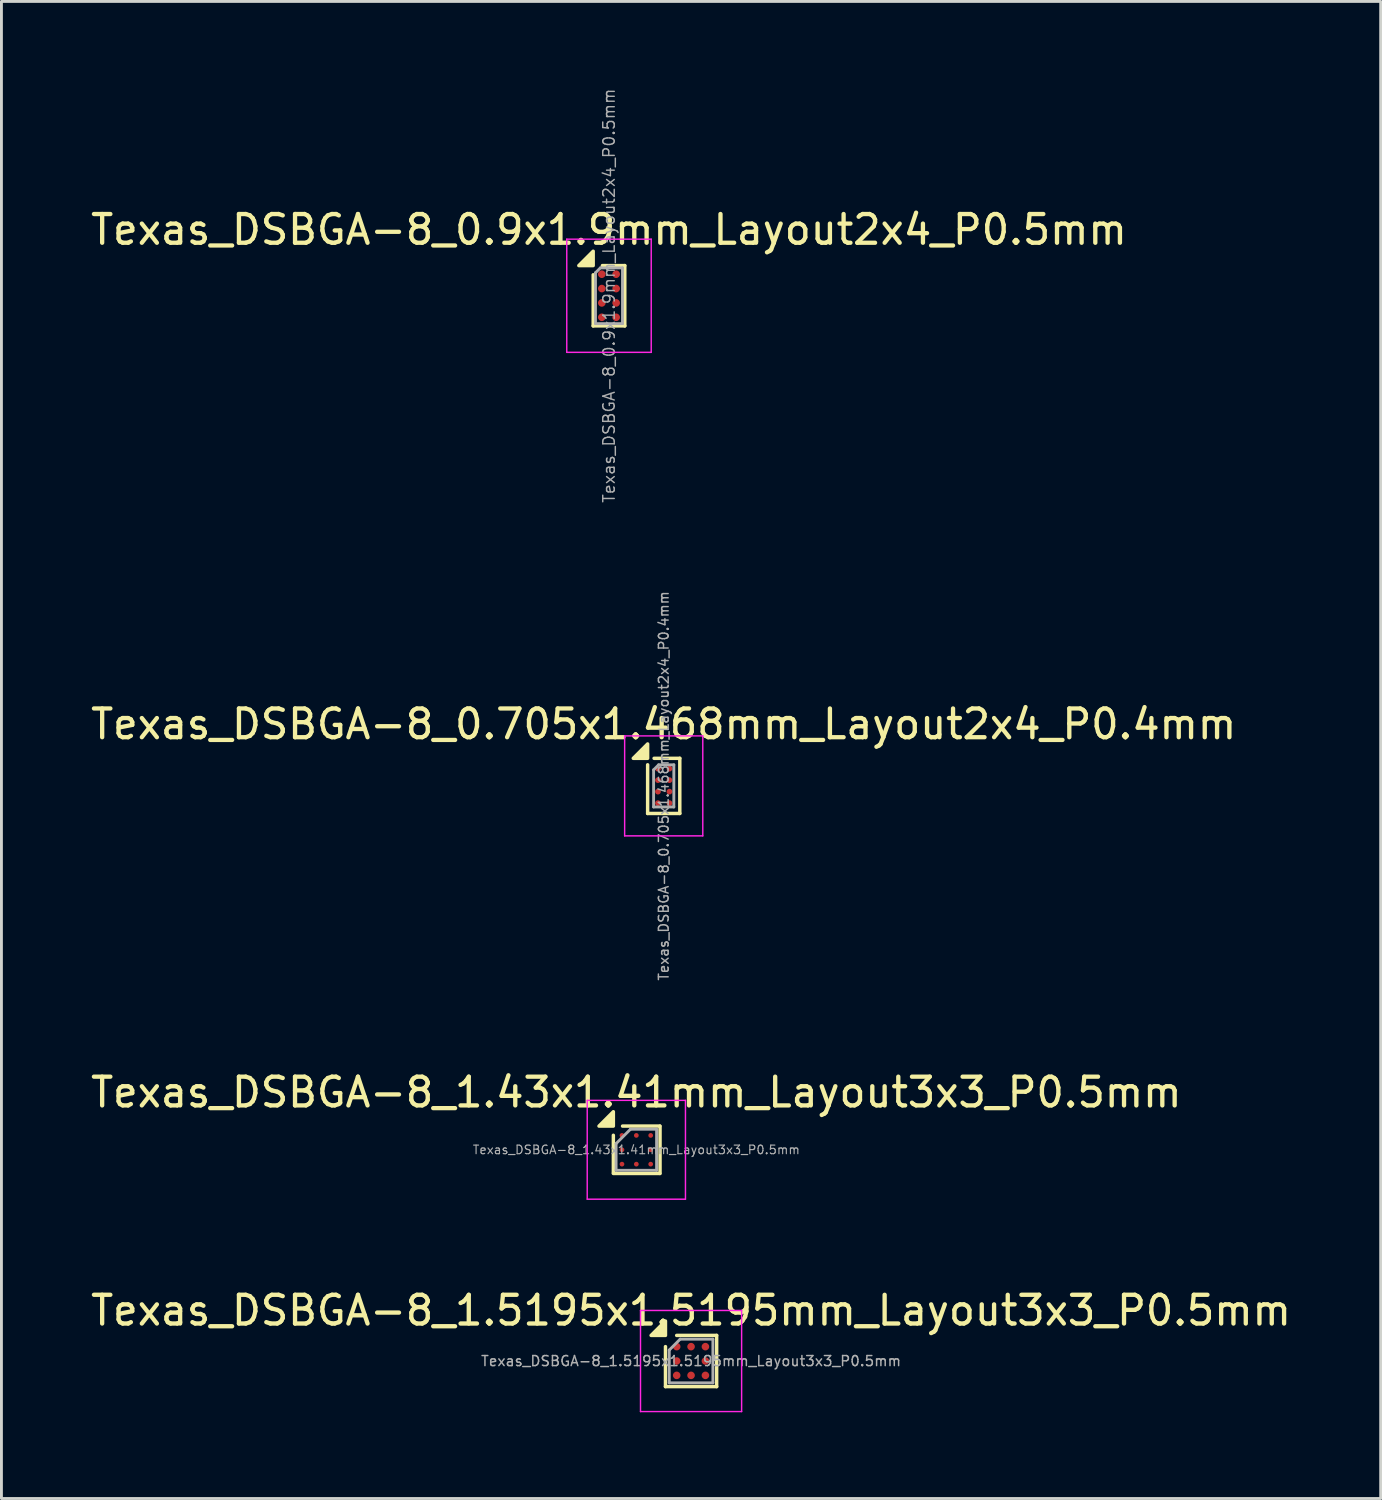
<source format=kicad_pcb>
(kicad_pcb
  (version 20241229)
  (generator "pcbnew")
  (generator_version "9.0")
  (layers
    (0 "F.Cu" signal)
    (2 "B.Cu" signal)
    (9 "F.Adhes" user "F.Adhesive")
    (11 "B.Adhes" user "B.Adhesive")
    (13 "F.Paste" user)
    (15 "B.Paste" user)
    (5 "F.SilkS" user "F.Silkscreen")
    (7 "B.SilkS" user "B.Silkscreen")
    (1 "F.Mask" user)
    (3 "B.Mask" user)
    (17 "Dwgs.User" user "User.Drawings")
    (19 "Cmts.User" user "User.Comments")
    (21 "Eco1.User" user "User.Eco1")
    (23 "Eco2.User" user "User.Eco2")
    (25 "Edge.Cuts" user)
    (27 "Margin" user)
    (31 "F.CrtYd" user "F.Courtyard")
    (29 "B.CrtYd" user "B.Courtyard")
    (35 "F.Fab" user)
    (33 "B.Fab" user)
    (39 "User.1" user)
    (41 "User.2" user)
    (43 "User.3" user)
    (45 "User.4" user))
  (footprint "Texas_DSBGA-8_0.705x1.468mm_Layout2x4_P0.4mm"
    (layer "F.Cu")
    (at 20.054 24.307)
    (property "Reference" "Texas_DSBGA-8_0.705x1.468mm_Layout2x4_P0.4mm" (at 0 -2.15 0) (layer "F.SilkS") (effects (font (size 1 1) (thickness 0.15))))
    (attr smd)
    (fp_line (start -0.56 0.96) (end -0.56 -0.735) (stroke (width 0.12) (type solid)) (layer "F.SilkS"))
    (fp_line (start -0.335 -0.96) (end 0.56 -0.96) (stroke (width 0.12) (type solid)) (layer "F.SilkS"))
    (fp_line (start 0.56 -0.96) (end 0.56 0.96) (stroke (width 0.12) (type solid)) (layer "F.SilkS"))
    (fp_line (start 0.56 0.96) (end -0.56 0.96) (stroke (width 0.12) (type solid)) (layer "F.SilkS"))
    (fp_poly (pts (xy -0.56 -0.96) (xy -1.06 -0.96) (xy -0.56 -1.46) (xy -0.56 -0.96)) (stroke (width 0.12) (type solid)) (fill yes) (layer "F.SilkS"))
    (fp_line (start -1.36 -1.74) (end -1.36 1.74) (stroke (width 0.05) (type solid)) (layer "F.CrtYd"))
    (fp_line (start -1.36 1.74) (end 1.36 1.74) (stroke (width 0.05) (type solid)) (layer "F.CrtYd"))
    (fp_line (start 1.36 -1.74) (end -1.36 -1.74) (stroke (width 0.05) (type solid)) (layer "F.CrtYd"))
    (fp_line (start 1.36 1.74) (end 1.36 -1.74) (stroke (width 0.05) (type solid)) (layer "F.CrtYd"))
    (fp_line (start -0.352 -0.558) (end -0.176 -0.734) (stroke (width 0.1) (type solid)) (layer "F.Fab"))
    (fp_line (start -0.352 0.734) (end -0.352 -0.558) (stroke (width 0.1) (type solid)) (layer "F.Fab"))
    (fp_line (start -0.176 -0.734) (end 0.352 -0.734) (stroke (width 0.1) (type solid)) (layer "F.Fab"))
    (fp_line (start 0.352 -0.734) (end 0.352 0.734) (stroke (width 0.1) (type solid)) (layer "F.Fab"))
    (fp_line (start 0.352 0.734) (end -0.352 0.734) (stroke (width 0.1) (type solid)) (layer "F.Fab"))
    (fp_text user "${REFERENCE}" (at 0 0 270) (layer "F.Fab") (effects (font (size 0.34 0.34) (thickness 0.051))))
    (pad "A1" smd circle (at -0.2 -0.6) (size 0.2 0.2) (property pad_prop_bga) (layers "F.Cu" "F.Mask" "F.Paste"))
    (pad "A2" smd circle (at 0.2 -0.6) (size 0.2 0.2) (property pad_prop_bga) (layers "F.Cu" "F.Mask" "F.Paste"))
    (pad "B1" smd circle (at -0.2 -0.2) (size 0.2 0.2) (property pad_prop_bga) (layers "F.Cu" "F.Mask" "F.Paste"))
    (pad "B2" smd circle (at 0.2 -0.2) (size 0.2 0.2) (property pad_prop_bga) (layers "F.Cu" "F.Mask" "F.Paste"))
    (pad "C1" smd circle (at -0.2 0.2) (size 0.2 0.2) (property pad_prop_bga) (layers "F.Cu" "F.Mask" "F.Paste"))
    (pad "C2" smd circle (at 0.2 0.2) (size 0.2 0.2) (property pad_prop_bga) (layers "F.Cu" "F.Mask" "F.Paste"))
    (pad "D1" smd circle (at -0.2 0.6) (size 0.2 0.2) (property pad_prop_bga) (layers "F.Cu" "F.Mask" "F.Paste"))
    (pad "D2" smd circle (at 0.2 0.6) (size 0.2 0.2) (property pad_prop_bga) (layers "F.Cu" "F.Mask" "F.Paste")))
  (footprint "Texas_DSBGA-8_1.43x1.41mm_Layout3x3_P0.5mm"
    (layer "F.Cu")
    (at 19.101 36.974)
    (property "Reference" "Texas_DSBGA-8_1.43x1.41mm_Layout3x3_P0.5mm" (at 0 -2 0) (layer "F.SilkS") (effects (font (size 1 1) (thickness 0.15))))
    (attr smd)
    (fp_line (start -0.8 -0.505) (end -0.8 0.8) (stroke (width 0.12) (type solid)) (layer "F.SilkS"))
    (fp_line (start -0.48 -0.825) (end 0.815 -0.825) (stroke (width 0.12) (type solid)) (layer "F.SilkS"))
    (fp_line (start 0.815 0.825) (end -0.8 0.825) (stroke (width 0.12) (type solid)) (layer "F.SilkS"))
    (fp_line (start 0.825 -0.825) (end 0.825 0.825) (stroke (width 0.12) (type solid)) (layer "F.SilkS"))
    (fp_poly (pts (xy -0.8 -0.825) (xy -1.3 -0.825) (xy -0.8 -1.325) (xy -0.8 -0.825)) (stroke (width 0.12) (type solid)) (fill yes) (layer "F.SilkS"))
    (fp_line (start -1.71 -1.72) (end -1.71 1.72) (stroke (width 0.05) (type solid)) (layer "F.CrtYd"))
    (fp_line (start -1.71 1.72) (end 1.71 1.72) (stroke (width 0.05) (type solid)) (layer "F.CrtYd"))
    (fp_line (start 1.71 -1.72) (end -1.71 -1.72) (stroke (width 0.05) (type solid)) (layer "F.CrtYd"))
    (fp_line (start 1.71 1.72) (end 1.71 -1.72) (stroke (width 0.05) (type solid)) (layer "F.CrtYd"))
    (fp_line (start -0.705 -0.215) (end -0.705 0.715) (stroke (width 0.1) (type solid)) (layer "F.Fab"))
    (fp_line (start -0.705 -0.215) (end -0.205 -0.715) (stroke (width 0.1) (type solid)) (layer "F.Fab"))
    (fp_line (start -0.705 0.715) (end 0.705 0.715) (stroke (width 0.1) (type solid)) (layer "F.Fab"))
    (fp_line (start 0.705 -0.715) (end -0.205 -0.715) (stroke (width 0.1) (type solid)) (layer "F.Fab"))
    (fp_line (start 0.705 0.715) (end 0.705 -0.715) (stroke (width 0.1) (type solid)) (layer "F.Fab"))
    (fp_text user "${REFERENCE}" (at 0 0 0) (layer "F.Fab") (effects (font (size 0.3 0.3) (thickness 0.04))))
    (pad "" smd rect (at -0.5 -0.5) (size 0.3 0.3) (layers "F.Paste"))
    (pad "" smd rect (at -0.5 0) (size 0.3 0.3) (layers "F.Paste"))
    (pad "" smd rect (at -0.5 0.5) (size 0.3 0.3) (layers "F.Paste"))
    (pad "" smd rect (at 0 -0.5) (size 0.3 0.3) (layers "F.Paste"))
    (pad "" smd rect (at 0 0.5) (size 0.3 0.3) (layers "F.Paste"))
    (pad "" smd rect (at 0.5 -0.5) (size 0.3 0.3) (layers "F.Paste"))
    (pad "" smd rect (at 0.5 0) (size 0.3 0.3) (layers "F.Paste"))
    (pad "" smd rect (at 0.5 0.5) (size 0.3 0.3) (layers "F.Paste"))
    (pad "A1" smd circle (at -0.5 -0.5) (size 0.165 0.165) (property pad_prop_bga) (layers "F.Cu" "F.Mask"))
    (pad "A2" smd circle (at 0 -0.5) (size 0.165 0.165) (property pad_prop_bga) (layers "F.Cu" "F.Mask"))
    (pad "A3" smd circle (at 0.5 -0.5) (size 0.165 0.165) (property pad_prop_bga) (layers "F.Cu" "F.Mask"))
    (pad "B1" smd circle (at -0.5 0) (size 0.165 0.165) (property pad_prop_bga) (layers "F.Cu" "F.Mask"))
    (pad "B3" smd circle (at 0.5 0) (size 0.165 0.165) (property pad_prop_bga) (layers "F.Cu" "F.Mask" "F.Paste"))
    (pad "C1" smd circle (at -0.5 0.5) (size 0.165 0.165) (property pad_prop_bga) (layers "F.Cu" "F.Mask"))
    (pad "C2" smd circle (at 0 0.5) (size 0.165 0.165) (property pad_prop_bga) (layers "F.Cu" "F.Mask"))
    (pad "C3" smd circle (at 0.5 0.5) (size 0.165 0.165) (property pad_prop_bga) (layers "F.Cu" "F.Mask")))
  (footprint "Texas_DSBGA-8_0.9x1.9mm_Layout2x4_P0.5mm"
    (layer "F.Cu")
    (at 18.149 7.245)
    (property "Reference" "Texas_DSBGA-8_0.9x1.9mm_Layout2x4_P0.5mm" (at 0 -2.3 0) (layer "F.SilkS") (effects (font (size 1 1) (thickness 0.15))))
    (attr smd)
    (fp_line (start -0.55 -0.73) (end -0.55 1.05) (stroke (width 0.12) (type solid)) (layer "F.SilkS"))
    (fp_line (start -0.55 1.05) (end 0.55 1.05) (stroke (width 0.12) (type solid)) (layer "F.SilkS"))
    (fp_line (start 0.55 -1.05) (end -0.23 -1.05) (stroke (width 0.12) (type solid)) (layer "F.SilkS"))
    (fp_line (start 0.55 -1.05) (end 0.55 1.05) (stroke (width 0.12) (type solid)) (layer "F.SilkS"))
    (fp_poly (pts (xy -0.55 -1.05) (xy -1.05 -1.05) (xy -0.55 -1.55) (xy -0.55 -1.05)) (stroke (width 0.12) (type solid)) (fill yes) (layer "F.SilkS"))
    (fp_line (start -1.47 -1.97) (end -1.47 1.97) (stroke (width 0.05) (type solid)) (layer "F.CrtYd"))
    (fp_line (start -1.47 1.97) (end 1.47 1.97) (stroke (width 0.05) (type solid)) (layer "F.CrtYd"))
    (fp_line (start 1.47 -1.97) (end -1.47 -1.97) (stroke (width 0.05) (type solid)) (layer "F.CrtYd"))
    (fp_line (start 1.47 1.97) (end 1.47 -1.97) (stroke (width 0.05) (type solid)) (layer "F.CrtYd"))
    (fp_line (start -0.47 -0.8) (end -0.47 0.97) (stroke (width 0.1) (type solid)) (layer "F.Fab"))
    (fp_line (start -0.47 -0.8) (end -0.3 -0.97) (stroke (width 0.1) (type solid)) (layer "F.Fab"))
    (fp_line (start -0.47 0.97) (end 0.47 0.97) (stroke (width 0.1) (type solid)) (layer "F.Fab"))
    (fp_line (start 0.47 -0.97) (end -0.3 -0.97) (stroke (width 0.1) (type solid)) (layer "F.Fab"))
    (fp_line (start 0.47 0.97) (end 0.47 -0.97) (stroke (width 0.1) (type solid)) (layer "F.Fab"))
    (fp_text user "${REFERENCE}" (at 0 0 90) (layer "F.Fab") (effects (font (size 0.4 0.4) (thickness 0.05))))
    (pad "" smd rect (at -0.25 -0.75) (size 0.3 0.3) (layers "F.Paste"))
    (pad "" smd rect (at -0.25 -0.25) (size 0.3 0.3) (layers "F.Paste"))
    (pad "" smd rect (at -0.25 0.25) (size 0.3 0.3) (layers "F.Paste"))
    (pad "" smd rect (at -0.25 0.75) (size 0.3 0.3) (layers "F.Paste"))
    (pad "" smd rect (at 0.25 -0.75) (size 0.3 0.3) (layers "F.Paste"))
    (pad "" smd rect (at 0.25 -0.25) (size 0.3 0.3) (layers "F.Paste"))
    (pad "" smd rect (at 0.25 0.25) (size 0.3 0.3) (layers "F.Paste"))
    (pad "" smd rect (at 0.25 0.75) (size 0.3 0.3) (layers "F.Paste"))
    (pad "A1" smd circle (at -0.25 -0.75) (size 0.265 0.265) (property pad_prop_bga) (layers "F.Cu" "F.Mask"))
    (pad "A2" smd circle (at 0.25 -0.75) (size 0.265 0.265) (property pad_prop_bga) (layers "F.Cu" "F.Mask"))
    (pad "B1" smd circle (at -0.25 -0.25) (size 0.265 0.265) (property pad_prop_bga) (layers "F.Cu" "F.Mask"))
    (pad "B2" smd circle (at 0.25 -0.25) (size 0.265 0.265) (property pad_prop_bga) (layers "F.Cu" "F.Mask"))
    (pad "C1" smd circle (at -0.25 0.25) (size 0.265 0.265) (property pad_prop_bga) (layers "F.Cu" "F.Mask"))
    (pad "C2" smd circle (at 0.25 0.25) (size 0.265 0.265) (property pad_prop_bga) (layers "F.Cu" "F.Mask"))
    (pad "D1" smd circle (at -0.25 0.75) (size 0.265 0.265) (property pad_prop_bga) (layers "F.Cu" "F.Mask"))
    (pad "D2" smd circle (at 0.25 0.75) (size 0.265 0.265) (property pad_prop_bga) (layers "F.Cu" "F.Mask")))
  (footprint "Texas_DSBGA-8_1.5195x1.5195mm_Layout3x3_P0.5mm"
    (layer "F.Cu")
    (at 21.006 44.327)
    (property "Reference" "Texas_DSBGA-8_1.5195x1.5195mm_Layout3x3_P0.5mm" (at 0 -1.76 0) (layer "F.SilkS") (effects (font (size 1 1) (thickness 0.15))))
    (attr smd)
    (fp_line (start -0.891 0.891) (end -0.891 -0.501) (stroke (width 0.12) (type solid)) (layer "F.SilkS"))
    (fp_line (start -0.501 -0.891) (end 0.891 -0.891) (stroke (width 0.12) (type solid)) (layer "F.SilkS"))
    (fp_line (start 0.891 -0.891) (end 0.891 0.891) (stroke (width 0.12) (type solid)) (layer "F.SilkS"))
    (fp_line (start 0.891 0.891) (end -0.891 0.891) (stroke (width 0.12) (type solid)) (layer "F.SilkS"))
    (fp_poly (pts (xy -0.891 -0.891) (xy -1.391 -0.891) (xy -0.891 -1.391) (xy -0.891 -0.891)) (stroke (width 0.12) (type solid)) (fill yes) (layer "F.SilkS"))
    (fp_line (start -1.76 -1.76) (end -1.76 1.76) (stroke (width 0.05) (type solid)) (layer "F.CrtYd"))
    (fp_line (start -1.76 1.76) (end 1.76 1.76) (stroke (width 0.05) (type solid)) (layer "F.CrtYd"))
    (fp_line (start 1.76 -1.76) (end -1.76 -1.76) (stroke (width 0.05) (type solid)) (layer "F.CrtYd"))
    (fp_line (start 1.76 1.76) (end 1.76 -1.76) (stroke (width 0.05) (type solid)) (layer "F.CrtYd"))
    (fp_line (start -0.76 -0.38) (end -0.38 -0.76) (stroke (width 0.1) (type solid)) (layer "F.Fab"))
    (fp_line (start -0.76 0.76) (end -0.76 -0.38) (stroke (width 0.1) (type solid)) (layer "F.Fab"))
    (fp_line (start -0.38 -0.76) (end 0.76 -0.76) (stroke (width 0.1) (type solid)) (layer "F.Fab"))
    (fp_line (start 0.76 -0.76) (end 0.76 0.76) (stroke (width 0.1) (type solid)) (layer "F.Fab"))
    (fp_line (start 0.76 0.76) (end -0.76 0.76) (stroke (width 0.1) (type solid)) (layer "F.Fab"))
    (fp_text user "${REFERENCE}" (at 0 0 0) (layer "F.Fab") (effects (font (size 0.35 0.35) (thickness 0.052))))
    (pad "A1" smd circle (at -0.5 -0.5) (size 0.263 0.263) (property pad_prop_bga) (layers "F.Cu" "F.Mask" "F.Paste"))
    (pad "A2" smd circle (at 0 -0.5) (size 0.263 0.263) (property pad_prop_bga) (layers "F.Cu" "F.Mask" "F.Paste"))
    (pad "A3" smd circle (at 0.5 -0.5) (size 0.263 0.263) (property pad_prop_bga) (layers "F.Cu" "F.Mask" "F.Paste"))
    (pad "B1" smd circle (at -0.5 0) (size 0.263 0.263) (property pad_prop_bga) (layers "F.Cu" "F.Mask" "F.Paste"))
    (pad "B3" smd circle (at 0.5 0) (size 0.263 0.263) (property pad_prop_bga) (layers "F.Cu" "F.Mask" "F.Paste"))
    (pad "C1" smd circle (at -0.5 0.5) (size 0.263 0.263) (property pad_prop_bga) (layers "F.Cu" "F.Mask" "F.Paste"))
    (pad "C2" smd circle (at 0 0.5) (size 0.263 0.263) (property pad_prop_bga) (layers "F.Cu" "F.Mask" "F.Paste"))
    (pad "C3" smd circle (at 0.5 0.5) (size 0.263 0.263) (property pad_prop_bga) (layers "F.Cu" "F.Mask" "F.Paste")))
  (gr_rect
    (start -3 -3)
    (end 45.012 49.112)
    (stroke (width 0.1) (type default))
    (fill no)
    (layer "Edge.Cuts")))
</source>
